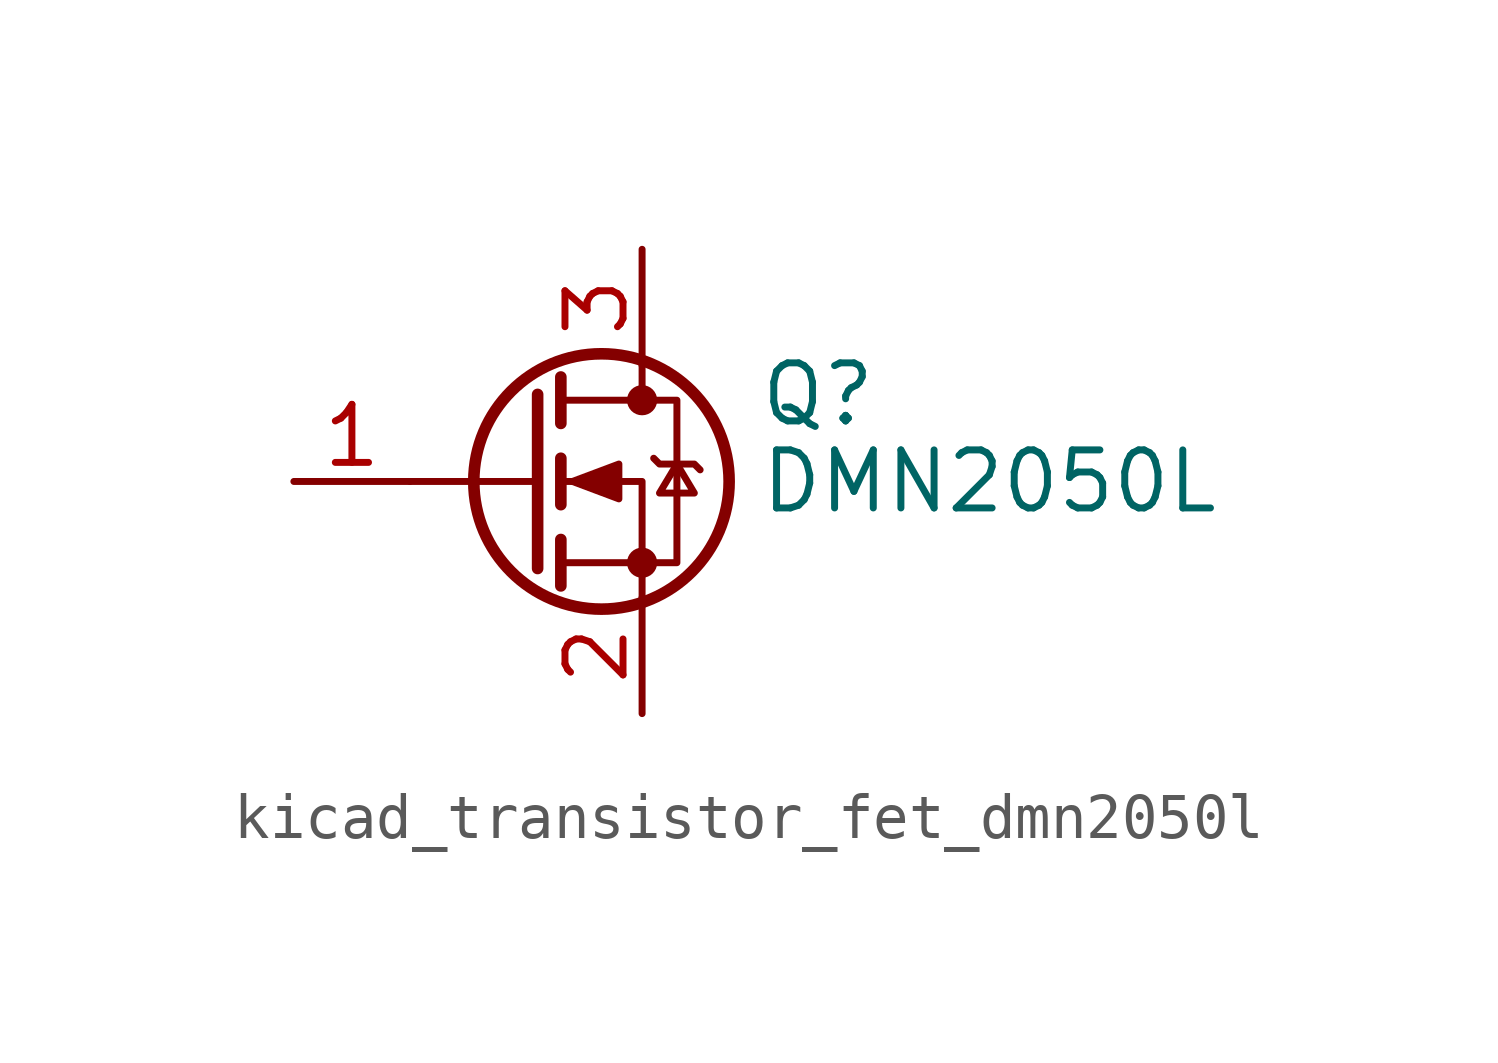
<source format=kicad_sym>
(kicad_symbol_lib
  (version 20220914)
  (generator kicad_symbol_editor)
  (symbol "kicad_transistor_fet_dmn2050l"
    (pin_names hide)
    (property "Reference" "Q"
      (at 5.08 1.905 0)
      (effects (font (size 1.27 1.27)) (justify left)))
    (property "Value" "DMN2050L"
      (at 5.08 0 0)
      (effects (font (size 1.27 1.27)) (justify left)))
    (symbol "kicad_transistor_fet_dmn2050l_0_1"
      (polyline (pts (xy 0.254 0) (xy -2.54 0)) (stroke (width 0) (type default)) (fill (type none)))
      (polyline (pts (xy 0.254 1.905) (xy 0.254 -1.905)) (stroke (width 0.254) (type default)) (fill (type none)))
      (polyline (pts (xy 0.762 -1.27) (xy 0.762 -2.286)) (stroke (width 0.254) (type default)) (fill (type none)))
      (polyline (pts (xy 0.762 0.508) (xy 0.762 -0.508)) (stroke (width 0.254) (type default)) (fill (type none)))
      (polyline (pts (xy 0.762 2.286) (xy 0.762 1.27)) (stroke (width 0.254) (type default)) (fill (type none)))
      (polyline (pts (xy 2.54 2.54) (xy 2.54 1.778)) (stroke (width 0) (type default)) (fill (type none)))
      (polyline (pts (xy 2.54 -2.54) (xy 2.54 0) (xy 0.762 0)) (stroke (width 0) (type default)) (fill (type none)))
      (polyline (pts (xy 0.762 -1.778) (xy 3.302 -1.778) (xy 3.302 1.778) (xy 0.762 1.778)) (stroke (width 0) (type default)) (fill (type none)))
      (polyline (pts (xy 1.016 0) (xy 2.032 0.381) (xy 2.032 -0.381) (xy 1.016 0)) (stroke (width 0) (type default)) (fill (type outline)))
      (polyline (pts (xy 2.794 0.508) (xy 2.921 0.381) (xy 3.683 0.381) (xy 3.81 0.254)) (stroke (width 0) (type default)) (fill (type none)))
      (polyline (pts (xy 3.302 0.381) (xy 2.921 -0.254) (xy 3.683 -0.254) (xy 3.302 0.381)) (stroke (width 0) (type default)) (fill (type none)))
      (circle (center 1.651 0) (radius 2.794) (stroke (width 0.254) (type default)) (fill (type none)))
      (circle (center 2.54 -1.778) (radius 0.254) (stroke (width 0) (type default)) (fill (type outline)))
      (circle (center 2.54 1.778) (radius 0.254) (stroke (width 0) (type default)) (fill (type outline))))
    (symbol "kicad_transistor_fet_dmn2050l_1_1"
      (pin input line (at -5.08 0 0) (length 2.54) (name "G" (effects (font (size 1.27 1.27)))) (number "1" (effects (font (size 1.27 1.27)))))
      (pin passive line (at 2.54 -5.08 90) (length 2.54) (name "S" (effects (font (size 1.27 1.27)))) (number "2" (effects (font (size 1.27 1.27)))))
      (pin passive line (at 2.54 5.08 270) (length 2.54) (name "D" (effects (font (size 1.27 1.27)))) (number "3" (effects (font (size 1.27 1.27))))))))
</source>
